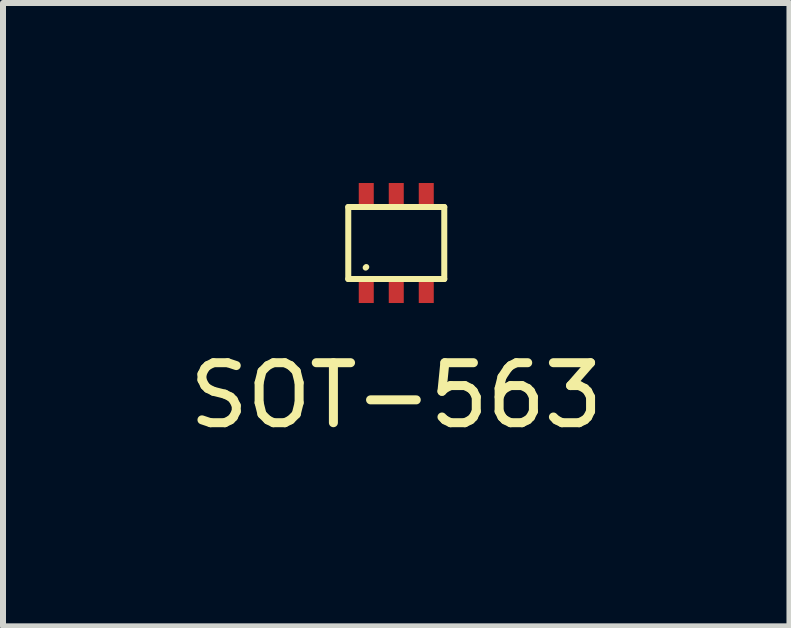
<source format=kicad_pcb>
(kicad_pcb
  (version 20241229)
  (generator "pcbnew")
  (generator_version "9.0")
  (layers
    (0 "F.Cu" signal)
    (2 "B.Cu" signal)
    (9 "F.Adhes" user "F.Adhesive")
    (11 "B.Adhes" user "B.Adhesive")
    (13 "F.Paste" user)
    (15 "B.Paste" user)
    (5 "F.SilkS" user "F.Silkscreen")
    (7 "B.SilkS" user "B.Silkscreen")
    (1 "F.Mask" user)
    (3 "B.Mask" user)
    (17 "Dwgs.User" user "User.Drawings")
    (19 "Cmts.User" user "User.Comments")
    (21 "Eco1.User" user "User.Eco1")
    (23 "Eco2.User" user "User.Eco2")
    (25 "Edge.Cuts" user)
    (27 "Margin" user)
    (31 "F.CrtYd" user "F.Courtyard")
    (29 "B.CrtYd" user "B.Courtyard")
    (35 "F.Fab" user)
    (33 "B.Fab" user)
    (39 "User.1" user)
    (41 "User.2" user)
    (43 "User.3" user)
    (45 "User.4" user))
  (footprint "SOT-563"
    (layer "F.Cu")
    (at 3.554 1)
    (property "Reference" "SOT-563" (at 0 2.54 0) (layer "F.SilkS") (effects (font (size 1 1) (thickness 0.15))))
    (attr through_hole)
    (fp_line (start -0.8 -0.6) (end -0.8 0.6) (stroke (width 0.1) (type solid)) (layer "F.SilkS"))
    (fp_line (start -0.8 -0.6) (end 0.8 -0.6) (stroke (width 0.1) (type solid)) (layer "F.SilkS"))
    (fp_line (start -0.5 0.4) (end -0.51 0.41) (stroke (width 0.1) (type solid)) (layer "F.SilkS"))
    (fp_line (start 0.8 -0.6) (end 0.8 0.6) (stroke (width 0.1) (type solid)) (layer "F.SilkS"))
    (fp_line (start 0.8 0.6) (end -0.8 0.6) (stroke (width 0.1) (type solid)) (layer "F.SilkS"))
    (pad "1" smd rect (at -0.5 0.8) (size 0.25 0.4) (layers "F.Cu" "F.Mask" "F.Paste"))
    (pad "2" smd rect (at 0 0.8) (size 0.25 0.4) (layers "F.Cu" "F.Mask" "F.Paste"))
    (pad "3" smd rect (at 0.5 0.8) (size 0.25 0.4) (layers "F.Cu" "F.Mask" "F.Paste"))
    (pad "4" smd rect (at -0.5 -0.8) (size 0.25 0.4) (layers "F.Cu" "F.Mask" "F.Paste"))
    (pad "5" smd rect (at 0 -0.8) (size 0.25 0.4) (layers "F.Cu" "F.Mask" "F.Paste"))
    (pad "6" smd rect (at 0.5 -0.8) (size 0.25 0.4) (layers "F.Cu" "F.Mask" "F.Paste")))
  (gr_rect
    (start -3 -3)
    (end 10.107 7.388)
    (stroke (width 0.1) (type default))
    (fill no)
    (layer "Edge.Cuts")))
</source>
